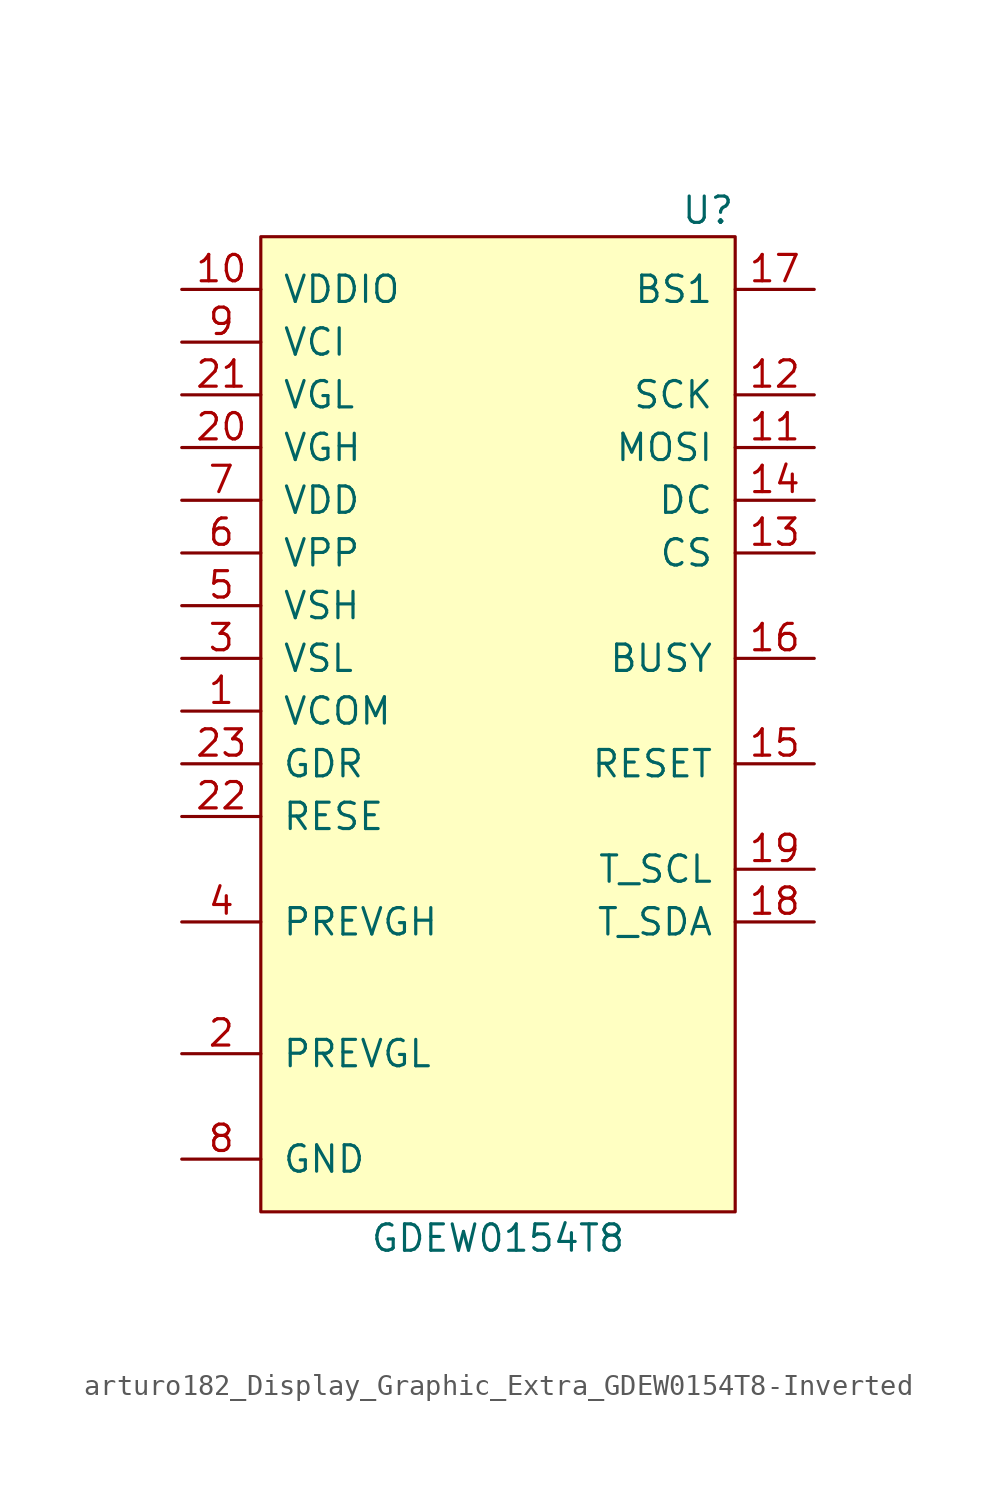
<source format=kicad_sym>
(kicad_symbol_lib
  (version 20220914)
  (generator kicad_symbol_editor)
  (symbol "arturo182_Display_Graphic_Extra_GDEW0154T8-Inverted"
    (pin_names
      (offset 1.016))
    (property "Reference" "U"
      (at 11.43 26.67 0)
      (effects (font (size 1.27 1.27)) (justify right)))
    (property "Value" "GDEW0154T8"
      (at 0 -22.86 0)
      (effects (font (size 1.27 1.27))))
    (symbol "arturo182_Display_Graphic_Extra_GDEW0154T8-Inverted_0_1"
      (rectangle (start -11.43 25.4) (end 11.43 -21.59) (stroke (width 0) (type default)) (fill (type background))))
    (symbol "arturo182_Display_Graphic_Extra_GDEW0154T8-Inverted_1_1"
      (pin power_out line (at -15.24 2.54 0) (length 3.81) (name "VCOM" (effects (font (size 1.27 1.27)))) (number "1" (effects (font (size 1.27 1.27)))))
      (pin power_in line (at -15.24 22.86 0) (length 3.81) (name "VDDIO" (effects (font (size 1.27 1.27)))) (number "10" (effects (font (size 1.27 1.27)))))
      (pin bidirectional line (at 15.24 15.24 180) (length 3.81) (name "MOSI" (effects (font (size 1.27 1.27)))) (number "11" (effects (font (size 1.27 1.27)))))
      (pin bidirectional line (at 15.24 17.78 180) (length 3.81) (name "SCK" (effects (font (size 1.27 1.27)))) (number "12" (effects (font (size 1.27 1.27)))))
      (pin input line (at 15.24 10.16 180) (length 3.81) (name "CS" (effects (font (size 1.27 1.27)))) (number "13" (effects (font (size 1.27 1.27)))))
      (pin input line (at 15.24 12.7 180) (length 3.81) (name "DC" (effects (font (size 1.27 1.27)))) (number "14" (effects (font (size 1.27 1.27)))))
      (pin input line (at 15.24 0 180) (length 3.81) (name "RESET" (effects (font (size 1.27 1.27)))) (number "15" (effects (font (size 1.27 1.27)))))
      (pin output line (at 15.24 5.08 180) (length 3.81) (name "BUSY" (effects (font (size 1.27 1.27)))) (number "16" (effects (font (size 1.27 1.27)))))
      (pin input line (at 15.24 22.86 180) (length 3.81) (name "BS1" (effects (font (size 1.27 1.27)))) (number "17" (effects (font (size 1.27 1.27)))))
      (pin bidirectional line (at 15.24 -7.62 180) (length 3.81) (name "T_SDA" (effects (font (size 1.27 1.27)))) (number "18" (effects (font (size 1.27 1.27)))))
      (pin output line (at 15.24 -5.08 180) (length 3.81) (name "T_SCL" (effects (font (size 1.27 1.27)))) (number "19" (effects (font (size 1.27 1.27)))))
      (pin power_in line (at -15.24 -13.97 0) (length 3.81) (name "PREVGL" (effects (font (size 1.27 1.27)))) (number "2" (effects (font (size 1.27 1.27)))))
      (pin power_out line (at -15.24 15.24 0) (length 3.81) (name "VGH" (effects (font (size 1.27 1.27)))) (number "20" (effects (font (size 1.27 1.27)))))
      (pin power_out line (at -15.24 17.78 0) (length 3.81) (name "VGL" (effects (font (size 1.27 1.27)))) (number "21" (effects (font (size 1.27 1.27)))))
      (pin output line (at -15.24 -2.54 0) (length 3.81) (name "RESE" (effects (font (size 1.27 1.27)))) (number "22" (effects (font (size 1.27 1.27)))))
      (pin output line (at -15.24 0 0) (length 3.81) (name "GDR" (effects (font (size 1.27 1.27)))) (number "23" (effects (font (size 1.27 1.27)))))
      (pin power_out line (at -15.24 5.08 0) (length 3.81) (name "VSL" (effects (font (size 1.27 1.27)))) (number "3" (effects (font (size 1.27 1.27)))))
      (pin power_in line (at -15.24 -7.62 0) (length 3.81) (name "PREVGH" (effects (font (size 1.27 1.27)))) (number "4" (effects (font (size 1.27 1.27)))))
      (pin power_out line (at -15.24 7.62 0) (length 3.81) (name "VSH" (effects (font (size 1.27 1.27)))) (number "5" (effects (font (size 1.27 1.27)))))
      (pin power_out line (at -15.24 10.16 0) (length 3.81) (name "VPP" (effects (font (size 1.27 1.27)))) (number "6" (effects (font (size 1.27 1.27)))))
      (pin power_out line (at -15.24 12.7 0) (length 3.81) (name "VDD" (effects (font (size 1.27 1.27)))) (number "7" (effects (font (size 1.27 1.27)))))
      (pin power_in line (at -15.24 -19.05 0) (length 3.81) (name "GND" (effects (font (size 1.27 1.27)))) (number "8" (effects (font (size 1.27 1.27)))))
      (pin power_in line (at -15.24 20.32 0) (length 3.81) (name "VCI" (effects (font (size 1.27 1.27)))) (number "9" (effects (font (size 1.27 1.27))))))))
</source>
